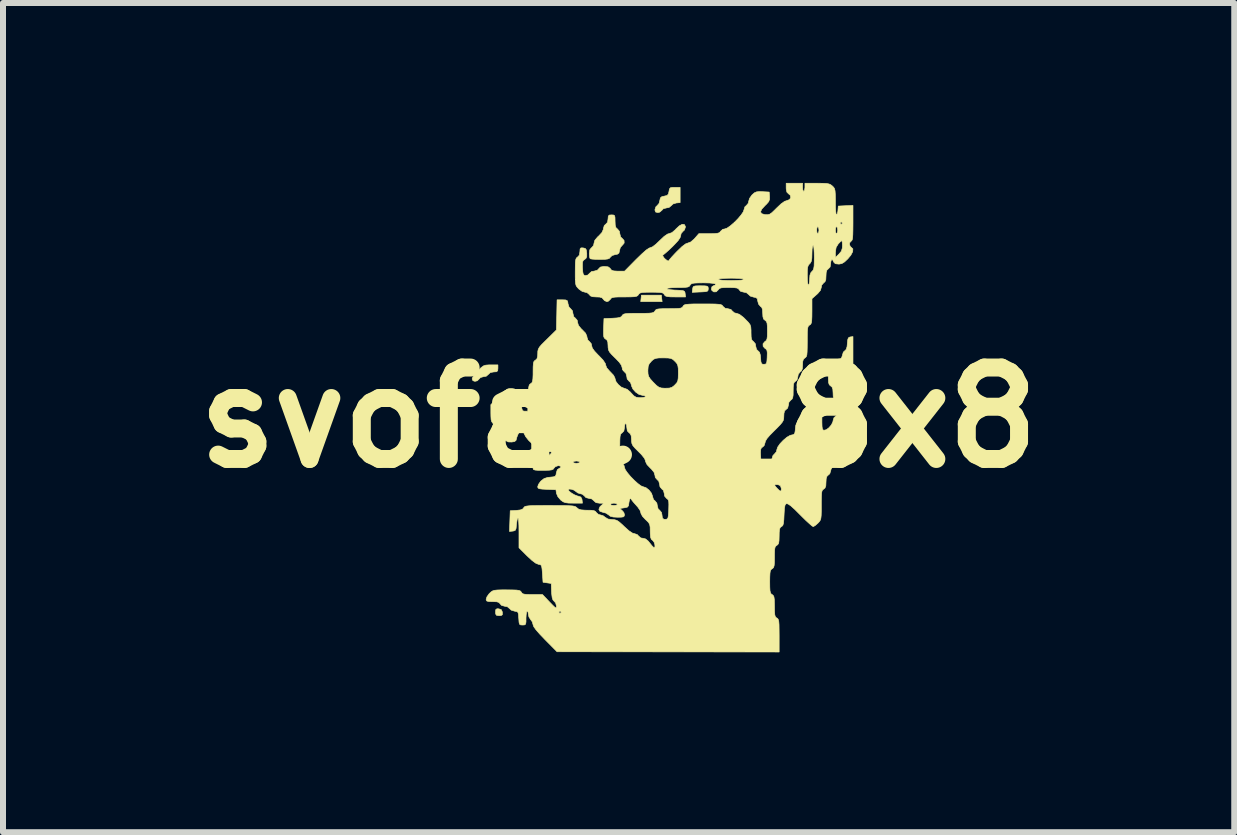
<source format=kicad_pcb>
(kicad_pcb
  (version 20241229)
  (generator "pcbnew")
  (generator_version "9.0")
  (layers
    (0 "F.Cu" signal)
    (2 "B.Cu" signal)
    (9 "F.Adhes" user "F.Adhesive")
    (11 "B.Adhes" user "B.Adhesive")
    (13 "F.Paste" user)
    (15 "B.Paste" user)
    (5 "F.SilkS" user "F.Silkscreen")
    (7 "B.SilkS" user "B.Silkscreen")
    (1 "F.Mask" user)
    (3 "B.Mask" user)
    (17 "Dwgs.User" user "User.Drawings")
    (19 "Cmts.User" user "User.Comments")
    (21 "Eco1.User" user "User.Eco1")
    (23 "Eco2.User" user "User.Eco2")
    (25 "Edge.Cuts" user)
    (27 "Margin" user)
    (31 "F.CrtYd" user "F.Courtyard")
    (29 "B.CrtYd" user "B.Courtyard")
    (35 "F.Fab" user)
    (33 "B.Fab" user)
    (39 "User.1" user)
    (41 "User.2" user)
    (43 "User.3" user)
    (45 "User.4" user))
  (footprint "svoface_8x8"
    (layer "F.Cu")
    (at 7.264 3.913)
    (property "Reference" "svoface_8x8" (at 0 0 0) (layer "F.SilkS") (effects (font (size 1.524 1.524) (thickness 0.3))))
    (attr through_hole)
    (fp_poly (pts (xy 0.719 -1.988) (xy 0.726 -1.934) (xy 0.369 -1.934) (xy 0.375 -1.988) (xy 0.381 -2.042) (xy 0.713 -2.042) (xy 0.719 -1.988)) (stroke (width 0.01) (type solid)) (fill yes) (layer "F.SilkS"))
    (fp_poly (pts (xy -1.998 3.188) (xy -1.956 3.202) (xy -1.939 3.239) (xy -1.938 3.248) (xy -1.938 3.286) (xy -1.958 3.3) (xy -1.992 3.302) (xy -2.034 3.297) (xy -2.049 3.276) (xy -2.052 3.242) (xy -2.048 3.201) (xy -2.028 3.187) (xy -1.998 3.188)) (stroke (width 0.01) (type solid)) (fill yes) (layer "F.SilkS"))
    (fp_poly (pts (xy 3.286 -0.25) (xy 3.3 -0.231) (xy 3.298 -0.2) (xy 3.28 -0.159) (xy 3.245 -0.137) (xy 3.208 -0.142) (xy 3.199 -0.149) (xy 3.188 -0.178) (xy 3.185 -0.208) (xy 3.192 -0.241) (xy 3.22 -0.253) (xy 3.245 -0.254) (xy 3.286 -0.25)) (stroke (width 0.01) (type solid)) (fill yes) (layer "F.SilkS"))
    (fp_poly (pts (xy 1.436 -2.197) (xy 1.474 -2.192) (xy 1.491 -2.18) (xy 1.495 -2.157) (xy 1.495 -2.149) (xy 1.492 -2.123) (xy 1.48 -2.108) (xy 1.448 -2.1) (xy 1.388 -2.096) (xy 1.361 -2.095) (xy 1.228 -2.089) (xy 1.234 -2.143) (xy 1.24 -2.173) (xy 1.253 -2.189) (xy 1.284 -2.196) (xy 1.341 -2.198) (xy 1.368 -2.198) (xy 1.436 -2.197)) (stroke (width 0.01) (type solid)) (fill yes) (layer "F.SilkS"))
    (fp_poly (pts (xy -2.012 -0.821) (xy -2.016 -0.781) (xy -2.036 -0.765) (xy -2.08 -0.762) (xy -2.138 -0.752) (xy -2.169 -0.723) (xy -2.207 -0.69) (xy -2.247 -0.684) (xy -2.302 -0.669) (xy -2.325 -0.645) (xy -2.356 -0.614) (xy -2.395 -0.605) (xy -2.428 -0.615) (xy -2.442 -0.646) (xy -2.429 -0.679) (xy -2.394 -0.728) (xy -2.346 -0.782) (xy -2.346 -0.782) (xy -2.293 -0.833) (xy -2.254 -0.862) (xy -2.215 -0.875) (xy -2.163 -0.879) (xy -2.131 -0.879) (xy -2.012 -0.879) (xy -2.012 -0.821)) (stroke (width 0.01) (type solid)) (fill yes) (layer "F.SilkS"))
    (fp_poly (pts (xy 1.026 -3.585) (xy 0.962 -3.579) (xy 0.907 -3.562) (xy 0.879 -3.535) (xy 0.841 -3.504) (xy 0.801 -3.497) (xy 0.746 -3.483) (xy 0.723 -3.458) (xy 0.686 -3.426) (xy 0.654 -3.419) (xy 0.617 -3.428) (xy 0.606 -3.46) (xy 0.606 -3.467) (xy 0.621 -3.514) (xy 0.644 -3.536) (xy 0.675 -3.572) (xy 0.687 -3.62) (xy 0.697 -3.663) (xy 0.721 -3.684) (xy 0.762 -3.693) (xy 0.809 -3.704) (xy 0.831 -3.73) (xy 0.84 -3.771) (xy 0.848 -3.813) (xy 0.865 -3.833) (xy 0.903 -3.839) (xy 0.938 -3.839) (xy 1.026 -3.839) (xy 1.026 -3.585)) (stroke (width 0.01) (type solid)) (fill yes) (layer "F.SilkS"))
    (fp_poly (pts (xy -0.084 -3.378) (xy -0.066 -3.366) (xy -0.06 -3.335) (xy -0.059 -3.274) (xy -0.059 -3.273) (xy -0.056 -3.207) (xy -0.045 -3.169) (xy -0.023 -3.148) (xy -0.02 -3.146) (xy 0.013 -3.107) (xy 0.02 -3.068) (xy 0.034 -3.012) (xy 0.059 -2.989) (xy 0.091 -2.954) (xy 0.093 -2.911) (xy 0.064 -2.875) (xy 0.06 -2.873) (xy 0.029 -2.836) (xy 0.016 -2.789) (xy 0.006 -2.744) (xy -0.019 -2.725) (xy -0.054 -2.719) (xy -0.109 -2.702) (xy -0.137 -2.676) (xy -0.153 -2.656) (xy -0.181 -2.645) (xy -0.229 -2.639) (xy -0.306 -2.638) (xy -0.31 -2.638) (xy -0.384 -2.639) (xy -0.442 -2.643) (xy -0.473 -2.649) (xy -0.475 -2.651) (xy -0.484 -2.677) (xy -0.488 -2.726) (xy -0.488 -2.738) (xy -0.481 -2.797) (xy -0.456 -2.829) (xy -0.449 -2.833) (xy -0.417 -2.871) (xy -0.41 -2.907) (xy -0.396 -2.957) (xy -0.35 -3.012) (xy -0.332 -3.028) (xy -0.278 -3.086) (xy -0.255 -3.137) (xy -0.254 -3.15) (xy -0.239 -3.202) (xy -0.215 -3.224) (xy -0.184 -3.257) (xy -0.176 -3.312) (xy -0.172 -3.358) (xy -0.156 -3.377) (xy -0.117 -3.38) (xy -0.084 -3.378)) (stroke (width 0.01) (type solid)) (fill yes) (layer "F.SilkS"))
    (fp_poly (pts (xy 3.068 -3.839) (xy 3.072 -3.794) (xy 3.085 -3.772) (xy 3.087 -3.771) (xy 3.1 -3.788) (xy 3.106 -3.83) (xy 3.107 -3.839) (xy 3.107 -3.908) (xy 3.311 -3.908) (xy 3.404 -3.907) (xy 3.467 -3.904) (xy 3.508 -3.896) (xy 3.537 -3.883) (xy 3.563 -3.863) (xy 3.565 -3.861) (xy 3.587 -3.839) (xy 3.601 -3.815) (xy 3.609 -3.781) (xy 3.613 -3.729) (xy 3.615 -3.649) (xy 3.615 -3.598) (xy 3.616 -3.508) (xy 3.62 -3.437) (xy 3.627 -3.393) (xy 3.633 -3.38) (xy 3.646 -3.397) (xy 3.656 -3.44) (xy 3.657 -3.453) (xy 3.663 -3.527) (xy 3.786 -3.533) (xy 3.908 -3.538) (xy 3.908 -3.246) (xy 3.907 -3.131) (xy 3.905 -3.048) (xy 3.901 -2.994) (xy 3.894 -2.962) (xy 3.883 -2.946) (xy 3.878 -2.943) (xy 3.854 -2.917) (xy 3.849 -2.892) (xy 3.862 -2.854) (xy 3.878 -2.84) (xy 3.906 -2.813) (xy 3.903 -2.767) (xy 3.872 -2.708) (xy 3.822 -2.648) (xy 3.767 -2.596) (xy 3.723 -2.569) (xy 3.679 -2.56) (xy 3.667 -2.56) (xy 3.614 -2.566) (xy 3.589 -2.59) (xy 3.585 -2.599) (xy 3.567 -2.633) (xy 3.549 -2.632) (xy 3.538 -2.598) (xy 3.536 -2.57) (xy 3.527 -2.512) (xy 3.497 -2.481) (xy 3.473 -2.459) (xy 3.461 -2.419) (xy 3.458 -2.364) (xy 3.455 -2.301) (xy 3.441 -2.265) (xy 3.419 -2.247) (xy 3.387 -2.209) (xy 3.38 -2.173) (xy 3.366 -2.123) (xy 3.32 -2.068) (xy 3.302 -2.052) (xy 3.224 -1.983) (xy 3.224 -1.774) (xy 3.223 -1.68) (xy 3.22 -1.618) (xy 3.214 -1.579) (xy 3.203 -1.557) (xy 3.186 -1.544) (xy 3.185 -1.544) (xy 3.169 -1.532) (xy 3.158 -1.513) (xy 3.151 -1.481) (xy 3.147 -1.427) (xy 3.146 -1.346) (xy 3.146 -1.27) (xy 3.145 -1.166) (xy 3.143 -1.094) (xy 3.139 -1.047) (xy 3.131 -1.02) (xy 3.118 -1.004) (xy 3.107 -0.996) (xy 3.082 -0.974) (xy 3.07 -0.935) (xy 3.068 -0.879) (xy 3.064 -0.816) (xy 3.05 -0.78) (xy 3.028 -0.762) (xy 2.996 -0.723) (xy 2.989 -0.684) (xy 2.975 -0.628) (xy 2.95 -0.606) (xy 2.929 -0.589) (xy 2.917 -0.56) (xy 2.912 -0.509) (xy 2.911 -0.449) (xy 2.91 -0.375) (xy 2.903 -0.331) (xy 2.889 -0.305) (xy 2.872 -0.293) (xy 2.839 -0.255) (xy 2.833 -0.215) (xy 2.819 -0.159) (xy 2.794 -0.137) (xy 2.768 -0.113) (xy 2.757 -0.069) (xy 2.755 -0.027) (xy 2.753 0.013) (xy 2.746 0.046) (xy 2.727 0.079) (xy 2.693 0.12) (xy 2.638 0.177) (xy 2.599 0.215) (xy 2.522 0.293) (xy 2.473 0.35) (xy 2.448 0.393) (xy 2.442 0.418) (xy 2.426 0.468) (xy 2.402 0.489) (xy 2.38 0.506) (xy 2.369 0.534) (xy 2.366 0.582) (xy 2.368 0.631) (xy 2.374 0.752) (xy 2.462 0.752) (xy 2.516 0.75) (xy 2.543 0.74) (xy 2.553 0.713) (xy 2.556 0.689) (xy 2.573 0.633) (xy 2.6 0.605) (xy 2.631 0.569) (xy 2.638 0.536) (xy 2.653 0.491) (xy 2.692 0.435) (xy 2.746 0.378) (xy 2.803 0.33) (xy 3.149 0.33) (xy 3.172 0.362) (xy 3.209 0.368) (xy 3.244 0.351) (xy 3.253 0.313) (xy 3.242 0.272) (xy 3.209 0.258) (xy 3.168 0.265) (xy 3.153 0.282) (xy 3.149 0.33) (xy 2.803 0.33) (xy 2.805 0.328) (xy 2.86 0.296) (xy 2.884 0.29) (xy 2.918 0.283) (xy 2.936 0.264) (xy 2.944 0.223) (xy 2.947 0.188) (xy 2.953 0.133) (xy 2.969 0.09) (xy 3.002 0.046) (xy 3.048 -0.002) (xy 3.102 -0.054) (xy 3.143 -0.083) (xy 3.183 -0.095) (xy 3.232 -0.098) (xy 3.293 -0.102) (xy 3.328 -0.119) (xy 3.341 -0.137) (xy 3.38 -0.169) (xy 3.419 -0.176) (xy 3.475 -0.191) (xy 3.498 -0.216) (xy 3.531 -0.247) (xy 3.571 -0.249) (xy 3.603 -0.224) (xy 3.611 -0.198) (xy 3.612 -0.141) (xy 3.606 -0.106) (xy 3.594 -0.079) (xy 3.569 -0.064) (xy 3.519 -0.057) (xy 3.492 -0.055) (xy 3.39 -0.049) (xy 3.39 0.078) (xy 3.392 0.148) (xy 3.398 0.189) (xy 3.412 0.207) (xy 3.424 0.211) (xy 3.463 0.202) (xy 3.508 0.168) (xy 3.548 0.121) (xy 3.572 0.072) (xy 3.576 0.051) (xy 3.591 0.002) (xy 3.615 -0.02) (xy 3.637 -0.039) (xy 3.649 -0.072) (xy 3.653 -0.129) (xy 3.654 -0.156) (xy 3.651 -0.225) (xy 3.642 -0.265) (xy 3.624 -0.288) (xy 3.615 -0.293) (xy 3.59 -0.315) (xy 3.578 -0.355) (xy 3.576 -0.41) (xy 3.572 -0.473) (xy 3.558 -0.51) (xy 3.536 -0.528) (xy 3.513 -0.548) (xy 3.501 -0.583) (xy 3.497 -0.644) (xy 3.497 -0.657) (xy 3.499 -0.712) (xy 3.506 -0.751) (xy 3.525 -0.786) (xy 3.561 -0.827) (xy 3.615 -0.879) (xy 3.681 -0.948) (xy 3.719 -1.001) (xy 3.732 -1.041) (xy 3.732 -1.042) (xy 3.747 -1.092) (xy 3.77 -1.113) (xy 3.795 -1.138) (xy 3.809 -1.183) (xy 3.814 -1.236) (xy 3.82 -1.297) (xy 3.831 -1.329) (xy 3.852 -1.342) (xy 3.864 -1.345) (xy 3.908 -1.351) (xy 3.908 -0.511) (xy 3.908 -0.306) (xy 3.907 -0.136) (xy 3.906 0.002) (xy 3.904 0.111) (xy 3.902 0.193) (xy 3.899 0.254) (xy 3.895 0.296) (xy 3.89 0.322) (xy 3.884 0.335) (xy 3.878 0.339) (xy 3.858 0.365) (xy 3.849 0.423) (xy 3.849 0.441) (xy 3.848 0.481) (xy 3.84 0.514) (xy 3.822 0.547) (xy 3.788 0.588) (xy 3.734 0.644) (xy 3.693 0.684) (xy 3.617 0.761) (xy 3.567 0.819) (xy 3.542 0.862) (xy 3.536 0.887) (xy 3.521 0.936) (xy 3.497 0.957) (xy 3.473 0.98) (xy 3.461 1.019) (xy 3.458 1.075) (xy 3.455 1.138) (xy 3.441 1.174) (xy 3.419 1.192) (xy 3.403 1.204) (xy 3.392 1.223) (xy 3.385 1.256) (xy 3.382 1.311) (xy 3.38 1.393) (xy 3.38 1.458) (xy 3.38 1.559) (xy 3.378 1.63) (xy 3.373 1.677) (xy 3.364 1.708) (xy 3.349 1.732) (xy 3.327 1.756) (xy 3.323 1.76) (xy 3.282 1.796) (xy 3.25 1.816) (xy 3.244 1.817) (xy 3.222 1.804) (xy 3.18 1.767) (xy 3.121 1.713) (xy 3.052 1.645) (xy 3.027 1.62) (xy 2.938 1.531) (xy 2.871 1.471) (xy 2.824 1.439) (xy 2.793 1.435) (xy 2.775 1.46) (xy 2.765 1.514) (xy 2.76 1.596) (xy 2.759 1.617) (xy 2.755 1.704) (xy 2.749 1.76) (xy 2.74 1.793) (xy 2.724 1.812) (xy 2.715 1.817) (xy 2.694 1.834) (xy 2.683 1.864) (xy 2.678 1.916) (xy 2.677 1.973) (xy 2.675 2.047) (xy 2.669 2.092) (xy 2.655 2.117) (xy 2.638 2.13) (xy 2.619 2.144) (xy 2.607 2.168) (xy 2.601 2.21) (xy 2.599 2.278) (xy 2.599 2.325) (xy 2.598 2.41) (xy 2.594 2.464) (xy 2.585 2.496) (xy 2.57 2.514) (xy 2.56 2.52) (xy 2.542 2.534) (xy 2.53 2.556) (xy 2.524 2.595) (xy 2.521 2.658) (xy 2.52 2.735) (xy 2.521 2.825) (xy 2.524 2.884) (xy 2.532 2.919) (xy 2.544 2.94) (xy 2.56 2.95) (xy 2.578 2.965) (xy 2.59 2.988) (xy 2.596 3.03) (xy 2.598 3.099) (xy 2.599 3.146) (xy 2.6 3.23) (xy 2.604 3.285) (xy 2.612 3.316) (xy 2.627 3.335) (xy 2.638 3.341) (xy 2.653 3.352) (xy 2.664 3.37) (xy 2.671 3.401) (xy 2.675 3.452) (xy 2.676 3.53) (xy 2.677 3.635) (xy 2.677 3.908) (xy 0.826 3.906) (xy -1.026 3.904) (xy -1.226 3.702) (xy -1.315 3.609) (xy -1.377 3.538) (xy -1.413 3.488) (xy -1.426 3.455) (xy -1.426 3.452) (xy -1.44 3.404) (xy -1.465 3.37) (xy -1.495 3.324) (xy -1.504 3.279) (xy -1.51 3.243) (xy -0.996 3.243) (xy -0.982 3.262) (xy -0.977 3.263) (xy -0.958 3.248) (xy -0.957 3.243) (xy -0.972 3.224) (xy -0.977 3.224) (xy -0.996 3.239) (xy -0.996 3.243) (xy -1.51 3.243) (xy -1.51 3.24) (xy -1.524 3.224) (xy -1.534 3.242) (xy -1.541 3.288) (xy -1.544 3.341) (xy -1.544 3.406) (xy -1.55 3.441) (xy -1.564 3.455) (xy -1.592 3.458) (xy -1.601 3.458) (xy -1.634 3.456) (xy -1.652 3.444) (xy -1.66 3.412) (xy -1.664 3.352) (xy -1.665 3.346) (xy -1.669 3.283) (xy -1.677 3.249) (xy -1.695 3.234) (xy -1.729 3.228) (xy -1.734 3.227) (xy -1.79 3.21) (xy -1.818 3.184) (xy -1.856 3.152) (xy -1.895 3.146) (xy -1.951 3.131) (xy -1.973 3.107) (xy -1.994 3.083) (xy -2.029 3.071) (xy -2.092 3.068) (xy -2.101 3.068) (xy -2.163 3.066) (xy -2.195 3.059) (xy -2.207 3.042) (xy -2.208 3.027) (xy -2.195 2.988) (xy -2.162 2.941) (xy -2.151 2.929) (xy -2.125 2.905) (xy -2.1 2.889) (xy -2.068 2.879) (xy -2.021 2.874) (xy -1.95 2.872) (xy -1.868 2.872) (xy -1.77 2.873) (xy -1.704 2.875) (xy -1.663 2.881) (xy -1.639 2.89) (xy -1.625 2.905) (xy -1.622 2.911) (xy -1.607 2.931) (xy -1.582 2.942) (xy -1.539 2.948) (xy -1.468 2.95) (xy -1.435 2.95) (xy -1.269 2.95) (xy -1.153 3.072) (xy -1.097 3.13) (xy -1.063 3.162) (xy -1.045 3.172) (xy -1.038 3.162) (xy -1.036 3.142) (xy -1.05 3.089) (xy -1.074 3.063) (xy -1.095 3.039) (xy -1.108 3) (xy -1.116 2.935) (xy -1.118 2.9) (xy -1.123 2.765) (xy -1.192 2.755) (xy -1.26 2.745) (xy -1.27 2.599) (xy -1.276 2.524) (xy -1.283 2.48) (xy -1.295 2.458) (xy -1.315 2.449) (xy -1.336 2.446) (xy -1.382 2.427) (xy -1.445 2.38) (xy -1.526 2.305) (xy -1.661 2.17) (xy -1.661 1.912) (xy -1.662 1.803) (xy -1.666 1.725) (xy -1.672 1.68) (xy -1.679 1.672) (xy -1.691 1.701) (xy -1.7 1.754) (xy -1.704 1.788) (xy -1.709 1.846) (xy -1.72 1.876) (xy -1.743 1.888) (xy -1.764 1.892) (xy -1.819 1.898) (xy -1.813 1.726) (xy -1.807 1.553) (xy -1.705 1.547) (xy -1.637 1.539) (xy -1.598 1.523) (xy -1.582 1.503) (xy -1.573 1.491) (xy -1.559 1.481) (xy -1.533 1.475) (xy -1.492 1.47) (xy -1.43 1.467) (xy -1.341 1.466) (xy -1.221 1.465) (xy -1.145 1.465) (xy -1.007 1.466) (xy -0.902 1.466) (xy -0.826 1.469) (xy -0.773 1.472) (xy -0.738 1.478) (xy -0.716 1.486) (xy -0.7 1.498) (xy -0.694 1.504) (xy -0.666 1.526) (xy -0.626 1.538) (xy -0.563 1.543) (xy -0.525 1.544) (xy -0.452 1.545) (xy -0.408 1.552) (xy -0.383 1.566) (xy -0.371 1.583) (xy -0.336 1.614) (xy -0.305 1.622) (xy -0.258 1.636) (xy -0.225 1.661) (xy -0.176 1.691) (xy -0.107 1.7) (xy -0.064 1.703) (xy -0.028 1.714) (xy 0.012 1.741) (xy 0.065 1.788) (xy 0.095 1.817) (xy 0.173 1.887) (xy 0.232 1.926) (xy 0.263 1.934) (xy 0.311 1.95) (xy 0.332 1.973) (xy 0.37 2.006) (xy 0.407 2.012) (xy 0.451 2.023) (xy 0.494 2.059) (xy 0.519 2.09) (xy 0.555 2.135) (xy 0.583 2.163) (xy 0.591 2.168) (xy 0.606 2.154) (xy 0.605 2.12) (xy 0.593 2.08) (xy 0.571 2.05) (xy 0.567 2.047) (xy 0.545 2.027) (xy 0.533 1.994) (xy 0.528 1.937) (xy 0.527 1.895) (xy 0.526 1.826) (xy 0.518 1.781) (xy 0.499 1.748) (xy 0.463 1.712) (xy 0.449 1.7) (xy 0.398 1.645) (xy 0.373 1.598) (xy 0.371 1.587) (xy 0.358 1.547) (xy 0.322 1.494) (xy 0.293 1.461) (xy 0.251 1.414) (xy 0.222 1.378) (xy 0.215 1.364) (xy 0.2 1.348) (xy 0.197 1.348) (xy 0.183 1.365) (xy 0.174 1.408) (xy 0.172 1.421) (xy 0.165 1.469) (xy 0.147 1.492) (xy 0.105 1.502) (xy 0.088 1.505) (xy 0.039 1.512) (xy 0.025 1.52) (xy 0.04 1.534) (xy 0.054 1.544) (xy 0.087 1.581) (xy 0.098 1.617) (xy 0.094 1.641) (xy 0.078 1.655) (xy 0.041 1.66) (xy -0.017 1.661) (xy -0.09 1.657) (xy -0.137 1.645) (xy -0.165 1.623) (xy -0.209 1.593) (xy -0.261 1.579) (xy -0.312 1.562) (xy -0.329 1.529) (xy -0.311 1.487) (xy -0.29 1.466) (xy -0.266 1.446) (xy -0.137 1.446) (xy -0.12 1.46) (xy -0.079 1.465) (xy -0.078 1.465) (xy -0.037 1.46) (xy -0.02 1.446) (xy -0.02 1.446) (xy -0.037 1.432) (xy -0.077 1.426) (xy -0.078 1.426) (xy -0.119 1.432) (xy -0.137 1.446) (xy -0.137 1.446) (xy -0.266 1.446) (xy -0.244 1.428) (xy -0.317 1.427) (xy -0.376 1.418) (xy -0.409 1.39) (xy -0.41 1.387) (xy -0.449 1.355) (xy -0.488 1.348) (xy -0.544 1.334) (xy -0.567 1.309) (xy -0.602 1.278) (xy -0.633 1.27) (xy -0.68 1.256) (xy -0.713 1.231) (xy -0.746 1.208) (xy -0.788 1.194) (xy -0.824 1.191) (xy -0.84 1.203) (xy -0.84 1.204) (xy -0.824 1.228) (xy -0.784 1.259) (xy -0.734 1.288) (xy -0.685 1.307) (xy -0.675 1.309) (xy -0.63 1.324) (xy -0.612 1.357) (xy -0.609 1.373) (xy -0.603 1.426) (xy -0.753 1.426) (xy -0.833 1.425) (xy -0.886 1.418) (xy -0.924 1.404) (xy -0.96 1.378) (xy -0.964 1.375) (xy -1.012 1.319) (xy -1.036 1.263) (xy -1.045 1.202) (xy -1.197 1.196) (xy -1.273 1.192) (xy -1.319 1.186) (xy -1.341 1.176) (xy -1.348 1.159) (xy -1.348 1.15) (xy -1.335 1.112) (xy -1.302 1.065) (xy -1.292 1.055) (xy -1.242 1.016) (xy -1.182 0.997) (xy -1.141 0.993) (xy -1.084 0.987) (xy -1.055 0.976) (xy -1.043 0.952) (xy -1.039 0.924) (xy -1.022 0.869) (xy -0.995 0.85) (xy -0.962 0.83) (xy -0.964 0.811) (xy -1.001 0.801) (xy -1.006 0.801) (xy -1.054 0.817) (xy -1.075 0.84) (xy -1.089 0.859) (xy -1.114 0.871) (xy -1.158 0.877) (xy -1.229 0.879) (xy -1.261 0.879) (xy -1.341 0.879) (xy -1.39 0.875) (xy -1.416 0.867) (xy -1.425 0.853) (xy -1.426 0.839) (xy -1.411 0.793) (xy -1.371 0.745) (xy -1.369 0.742) (xy -0.762 0.742) (xy -0.745 0.756) (xy -0.704 0.762) (xy -0.703 0.762) (xy -0.662 0.756) (xy -0.645 0.743) (xy -0.645 0.742) (xy -0.662 0.729) (xy -0.703 0.723) (xy -0.703 0.723) (xy -0.745 0.729) (xy -0.762 0.742) (xy -0.762 0.742) (xy -1.369 0.742) (xy -1.322 0.704) (xy -1.273 0.684) (xy -1.267 0.683) (xy -1.23 0.672) (xy -1.183 0.646) (xy -1.141 0.614) (xy -1.116 0.585) (xy -1.114 0.577) (xy -1.131 0.57) (xy -1.173 0.567) (xy -1.181 0.567) (xy -1.239 0.557) (xy -1.27 0.528) (xy -1.292 0.508) (xy 0.02 0.508) (xy 0.02 0.608) (xy 0.022 0.675) (xy 0.028 0.718) (xy 0.037 0.743) (xy 0.051 0.757) (xy 0.059 0.762) (xy 0.091 0.799) (xy 0.098 0.832) (xy 0.112 0.869) (xy 0.149 0.922) (xy 0.201 0.984) (xy 0.261 1.045) (xy 0.321 1.099) (xy 0.373 1.138) (xy 0.41 1.153) (xy 0.411 1.153) (xy 0.458 1.169) (xy 0.508 1.209) (xy 0.548 1.26) (xy 0.566 1.311) (xy 0.567 1.317) (xy 0.582 1.366) (xy 0.606 1.387) (xy 0.638 1.426) (xy 0.645 1.465) (xy 0.659 1.521) (xy 0.684 1.544) (xy 0.716 1.582) (xy 0.723 1.619) (xy 0.73 1.673) (xy 0.754 1.695) (xy 0.791 1.696) (xy 0.81 1.689) (xy 0.823 1.671) (xy 0.83 1.633) (xy 0.835 1.568) (xy 0.836 1.53) (xy 0.838 1.45) (xy 0.836 1.4) (xy 0.827 1.371) (xy 0.811 1.354) (xy 0.802 1.349) (xy 0.768 1.31) (xy 0.762 1.27) (xy 0.748 1.214) (xy 0.723 1.192) (xy 0.69 1.153) (xy 0.686 1.127) (xy 2.602 1.127) (xy 2.623 1.157) (xy 2.643 1.179) (xy 2.684 1.219) (xy 2.707 1.225) (xy 2.714 1.197) (xy 2.712 1.177) (xy 2.698 1.135) (xy 2.661 1.119) (xy 2.652 1.117) (xy 2.612 1.116) (xy 2.602 1.127) (xy 0.686 1.127) (xy 0.684 1.114) (xy 0.669 1.058) (xy 0.645 1.036) (xy 0.612 0.998) (xy 0.606 0.962) (xy 0.591 0.912) (xy 0.546 0.857) (xy 0.528 0.84) (xy 0.474 0.783) (xy 0.45 0.734) (xy 0.45 0.726) (xy 0.433 0.681) (xy 0.382 0.617) (xy 0.332 0.567) (xy 0.274 0.509) (xy 0.239 0.468) (xy 0.222 0.433) (xy 0.216 0.394) (xy 0.215 0.364) (xy 0.21 0.303) (xy 0.194 0.268) (xy 0.176 0.254) (xy 0.145 0.221) (xy 0.137 0.165) (xy 0.132 0.12) (xy 0.12 0.098) (xy 0.117 0.098) (xy 0.104 0.115) (xy 0.098 0.157) (xy 0.098 0.165) (xy 0.088 0.223) (xy 0.059 0.254) (xy 0.042 0.266) (xy 0.031 0.286) (xy 0.024 0.32) (xy 0.021 0.377) (xy 0.02 0.462) (xy 0.02 0.508) (xy -1.292 0.508) (xy -1.307 0.495) (xy -1.34 0.488) (xy -1.388 0.473) (xy -1.445 0.432) (xy -1.502 0.377) (xy -1.55 0.316) (xy -1.578 0.26) (xy -1.583 0.235) (xy -1.586 0.194) (xy -1.594 0.176) (xy -1.594 0.176) (xy -1.619 0.192) (xy -1.65 0.232) (xy -1.679 0.282) (xy -1.698 0.331) (xy -1.7 0.341) (xy -1.711 0.381) (xy -1.737 0.4) (xy -1.783 0.407) (xy -1.84 0.405) (xy -1.884 0.382) (xy -1.915 0.354) (xy -1.952 0.307) (xy -1.972 0.261) (xy -1.974 0.251) (xy -1.99 0.205) (xy -2.037 0.15) (xy -2.052 0.137) (xy -2.092 0.1) (xy -2.115 0.069) (xy -2.126 0.032) (xy -2.129 -0.023) (xy -2.13 -0.074) (xy -2.13 -0.216) (xy -1.992 -0.354) (xy -1.928 -0.417) (xy -1.883 -0.456) (xy -1.848 -0.478) (xy -1.817 -0.485) (xy -1.782 -0.485) (xy -1.734 -0.477) (xy -1.712 -0.458) (xy -1.704 -0.416) (xy -1.703 -0.415) (xy -1.687 -0.361) (xy -1.661 -0.332) (xy -1.636 -0.307) (xy -1.622 -0.258) (xy -1.618 -0.21) (xy -1.613 -0.15) (xy -1.603 -0.12) (xy -1.584 -0.109) (xy -1.563 -0.107) (xy -1.514 -0.107) (xy -1.509 -0.327) (xy -1.506 -0.424) (xy -1.501 -0.489) (xy -1.494 -0.529) (xy -1.483 -0.553) (xy -1.466 -0.566) (xy -1.465 -0.567) (xy -1.446 -0.581) (xy -1.435 -0.606) (xy -1.429 -0.648) (xy -1.426 -0.718) (xy -1.426 -0.762) (xy -1.425 -0.847) (xy -1.421 -0.901) (xy -1.413 -0.933) (xy -1.398 -0.951) (xy -1.387 -0.957) (xy -1.361 -0.982) (xy -1.35 -1.025) (xy -1.348 -1.067) (xy -1.347 -1.107) (xy -1.339 -1.14) (xy -1.321 -1.174) (xy -1.286 -1.215) (xy -1.23 -1.271) (xy -1.192 -1.308) (xy -1.037 -1.461) (xy -1.031 -1.712) (xy -1.026 -1.964) (xy -0.938 -1.964) (xy -0.884 -1.962) (xy -0.857 -1.951) (xy -0.847 -1.924) (xy -0.844 -1.9) (xy -0.827 -1.844) (xy -0.8 -1.816) (xy -0.768 -1.779) (xy -0.762 -1.739) (xy -0.748 -1.683) (xy -0.723 -1.661) (xy -0.69 -1.623) (xy -0.684 -1.587) (xy -0.669 -1.537) (xy -0.624 -1.482) (xy -0.606 -1.465) (xy -0.551 -1.408) (xy -0.529 -1.357) (xy -0.528 -1.344) (xy -0.512 -1.292) (xy -0.488 -1.27) (xy -0.456 -1.233) (xy -0.449 -1.199) (xy -0.438 -1.159) (xy -0.401 -1.108) (xy -0.336 -1.039) (xy -0.332 -1.036) (xy -0.26 -0.96) (xy -0.222 -0.903) (xy -0.215 -0.876) (xy -0.198 -0.83) (xy -0.149 -0.774) (xy -0.137 -0.762) (xy -0.084 -0.706) (xy -0.06 -0.658) (xy -0.059 -0.648) (xy -0.043 -0.6) (xy -0.004 -0.55) (xy 0.046 -0.508) (xy 0.094 -0.489) (xy 0.099 -0.488) (xy 0.142 -0.472) (xy 0.194 -0.428) (xy 0.21 -0.41) (xy 0.254 -0.363) (xy 0.292 -0.34) (xy 0.34 -0.333) (xy 0.363 -0.332) (xy 0.415 -0.336) (xy 0.446 -0.346) (xy 0.449 -0.352) (xy 0.433 -0.366) (xy 0.396 -0.372) (xy 0.34 -0.387) (xy 0.284 -0.426) (xy 0.239 -0.476) (xy 0.216 -0.527) (xy 0.215 -0.536) (xy 0.199 -0.585) (xy 0.176 -0.606) (xy 0.143 -0.644) (xy 0.137 -0.684) (xy 0.122 -0.739) (xy 0.098 -0.762) (xy 0.08 -0.782) (xy 0.488 -0.782) (xy 0.491 -0.726) (xy 0.502 -0.685) (xy 0.528 -0.645) (xy 0.575 -0.593) (xy 0.581 -0.587) (xy 0.633 -0.535) (xy 0.672 -0.507) (xy 0.712 -0.494) (xy 0.765 -0.49) (xy 0.778 -0.49) (xy 0.845 -0.492) (xy 0.889 -0.505) (xy 0.929 -0.535) (xy 0.939 -0.546) (xy 0.97 -0.579) (xy 0.987 -0.613) (xy 0.994 -0.658) (xy 0.996 -0.728) (xy 0.996 -0.742) (xy 0.995 -0.818) (xy 0.988 -0.866) (xy 0.973 -0.901) (xy 0.945 -0.934) (xy 0.939 -0.939) (xy 0.906 -0.97) (xy 0.872 -0.987) (xy 0.827 -0.994) (xy 0.757 -0.996) (xy 0.742 -0.996) (xy 0.667 -0.995) (xy 0.619 -0.988) (xy 0.584 -0.973) (xy 0.551 -0.945) (xy 0.546 -0.939) (xy 0.51 -0.897) (xy 0.493 -0.852) (xy 0.488 -0.787) (xy 0.488 -0.782) (xy 0.08 -0.782) (xy 0.065 -0.799) (xy 0.059 -0.833) (xy 0.047 -0.873) (xy 0.011 -0.924) (xy -0.055 -0.993) (xy -0.059 -0.996) (xy -0.117 -1.054) (xy -0.152 -1.095) (xy -0.169 -1.13) (xy -0.175 -1.169) (xy -0.176 -1.199) (xy -0.18 -1.26) (xy -0.196 -1.295) (xy -0.216 -1.309) (xy -0.235 -1.324) (xy -0.247 -1.347) (xy -0.251 -1.387) (xy -0.251 -1.454) (xy -0.25 -1.491) (xy -0.244 -1.651) (xy -0.103 -1.657) (xy -0.026 -1.662) (xy 0.021 -1.67) (xy 0.048 -1.685) (xy 0.059 -1.701) (xy 0.071 -1.716) (xy 0.09 -1.727) (xy 0.124 -1.734) (xy 0.178 -1.737) (xy 0.261 -1.739) (xy 0.332 -1.739) (xy 0.436 -1.739) (xy 0.508 -1.741) (xy 0.555 -1.746) (xy 0.582 -1.754) (xy 0.598 -1.766) (xy 0.606 -1.778) (xy 0.618 -1.795) (xy 0.639 -1.807) (xy 0.676 -1.813) (xy 0.735 -1.816) (xy 0.825 -1.817) (xy 0.84 -1.817) (xy 0.935 -1.818) (xy 0.998 -1.82) (xy 1.037 -1.826) (xy 1.06 -1.837) (xy 1.073 -1.853) (xy 1.075 -1.856) (xy 1.085 -1.871) (xy 1.101 -1.881) (xy 1.13 -1.888) (xy 1.177 -1.892) (xy 1.249 -1.895) (xy 1.351 -1.895) (xy 1.407 -1.895) (xy 1.524 -1.895) (xy 1.608 -1.894) (xy 1.665 -1.89) (xy 1.701 -1.885) (xy 1.723 -1.876) (xy 1.735 -1.863) (xy 1.739 -1.856) (xy 1.777 -1.823) (xy 1.817 -1.817) (xy 1.873 -1.803) (xy 1.895 -1.778) (xy 1.932 -1.746) (xy 1.965 -1.739) (xy 2.015 -1.722) (xy 2.083 -1.67) (xy 2.111 -1.642) (xy 2.162 -1.59) (xy 2.191 -1.552) (xy 2.204 -1.512) (xy 2.208 -1.459) (xy 2.208 -1.418) (xy 2.21 -1.346) (xy 2.217 -1.304) (xy 2.233 -1.28) (xy 2.247 -1.27) (xy 2.28 -1.231) (xy 2.286 -1.192) (xy 2.3 -1.137) (xy 2.324 -1.114) (xy 2.349 -1.09) (xy 2.363 -1.044) (xy 2.368 -0.991) (xy 2.373 -0.932) (xy 2.383 -0.901) (xy 2.402 -0.89) (xy 2.423 -0.889) (xy 2.45 -0.892) (xy 2.465 -0.906) (xy 2.473 -0.94) (xy 2.477 -1.004) (xy 2.477 -1.01) (xy 2.479 -1.079) (xy 2.474 -1.119) (xy 2.459 -1.142) (xy 2.443 -1.152) (xy 2.41 -1.188) (xy 2.408 -1.231) (xy 2.438 -1.267) (xy 2.442 -1.27) (xy 2.462 -1.285) (xy 2.474 -1.311) (xy 2.48 -1.357) (xy 2.481 -1.431) (xy 2.481 -1.446) (xy 2.48 -1.525) (xy 2.475 -1.575) (xy 2.464 -1.603) (xy 2.446 -1.62) (xy 2.442 -1.622) (xy 2.417 -1.644) (xy 2.406 -1.684) (xy 2.403 -1.739) (xy 2.399 -1.803) (xy 2.386 -1.839) (xy 2.365 -1.855) (xy 2.334 -1.892) (xy 2.321 -1.939) (xy 2.312 -1.984) (xy 2.286 -2.003) (xy 2.252 -2.009) (xy 2.196 -2.026) (xy 2.168 -2.053) (xy 2.13 -2.084) (xy 2.091 -2.091) (xy 2.035 -2.105) (xy 2.012 -2.13) (xy 1.997 -2.15) (xy 1.971 -2.161) (xy 1.925 -2.167) (xy 1.851 -2.169) (xy 1.837 -2.169) (xy 1.757 -2.168) (xy 1.708 -2.163) (xy 1.68 -2.152) (xy 1.663 -2.134) (xy 1.66 -2.129) (xy 1.628 -2.098) (xy 1.588 -2.096) (xy 1.556 -2.119) (xy 1.547 -2.143) (xy 1.556 -2.182) (xy 1.581 -2.198) (xy 1.619 -2.214) (xy 1.619 -2.228) (xy 1.583 -2.238) (xy 1.513 -2.245) (xy 1.417 -2.247) (xy 1.325 -2.246) (xy 1.264 -2.243) (xy 1.226 -2.237) (xy 1.205 -2.225) (xy 1.192 -2.208) (xy 1.178 -2.189) (xy 1.155 -2.178) (xy 1.115 -2.172) (xy 1.049 -2.169) (xy 0.986 -2.169) (xy 0.893 -2.166) (xy 0.832 -2.16) (xy 0.805 -2.151) (xy 0.813 -2.141) (xy 0.857 -2.133) (xy 0.939 -2.126) (xy 0.953 -2.126) (xy 1.029 -2.122) (xy 1.074 -2.117) (xy 1.097 -2.106) (xy 1.107 -2.087) (xy 1.11 -2.066) (xy 1.116 -2.012) (xy 0.95 -2.012) (xy 0.867 -2.013) (xy 0.815 -2.018) (xy 0.784 -2.027) (xy 0.767 -2.043) (xy 0.762 -2.052) (xy 0.749 -2.07) (xy 0.726 -2.081) (xy 0.688 -2.087) (xy 0.624 -2.09) (xy 0.547 -2.091) (xy 0.457 -2.09) (xy 0.398 -2.087) (xy 0.363 -2.079) (xy 0.343 -2.067) (xy 0.332 -2.052) (xy 0.319 -2.034) (xy 0.299 -2.023) (xy 0.262 -2.016) (xy 0.203 -2.013) (xy 0.112 -2.012) (xy 0.098 -2.012) (xy 0.003 -2.012) (xy -0.06 -2.009) (xy -0.099 -2.003) (xy -0.122 -1.993) (xy -0.135 -1.976) (xy -0.137 -1.973) (xy -0.169 -1.942) (xy -0.195 -1.934) (xy -0.234 -1.95) (xy -0.254 -1.973) (xy -0.276 -1.998) (xy -0.316 -2.01) (xy -0.371 -2.012) (xy -0.434 -2.016) (xy -0.471 -2.03) (xy -0.488 -2.052) (xy -0.526 -2.084) (xy -0.559 -2.091) (xy -0.608 -2.105) (xy -0.661 -2.143) (xy -0.666 -2.148) (xy -0.69 -2.174) (xy -0.707 -2.198) (xy -0.716 -2.23) (xy -0.721 -2.277) (xy -0.722 -2.306) (xy 1.661 -2.306) (xy 1.679 -2.297) (xy 1.732 -2.29) (xy 1.814 -2.287) (xy 1.876 -2.286) (xy 1.973 -2.288) (xy 2.044 -2.292) (xy 2.084 -2.3) (xy 2.091 -2.306) (xy 2.072 -2.314) (xy 2.019 -2.321) (xy 1.937 -2.324) (xy 1.876 -2.325) (xy 1.779 -2.323) (xy 1.708 -2.319) (xy 1.668 -2.311) (xy 1.661 -2.306) (xy -0.722 -2.306) (xy -0.723 -2.349) (xy -0.723 -2.43) (xy -0.722 -2.528) (xy -0.72 -2.594) (xy -0.714 -2.635) (xy -0.705 -2.659) (xy -0.69 -2.673) (xy -0.684 -2.677) (xy -0.654 -2.709) (xy -0.645 -2.767) (xy -0.642 -2.812) (xy -0.627 -2.83) (xy -0.592 -2.83) (xy -0.591 -2.829) (xy -0.556 -2.821) (xy -0.539 -2.798) (xy -0.532 -2.75) (xy -0.531 -2.742) (xy -0.531 -2.685) (xy -0.545 -2.653) (xy -0.566 -2.638) (xy -0.589 -2.621) (xy -0.601 -2.594) (xy -0.603 -2.546) (xy -0.602 -2.495) (xy -0.597 -2.428) (xy -0.589 -2.39) (xy -0.573 -2.373) (xy -0.553 -2.368) (xy -0.546 -2.37) (xy 3.146 -2.37) (xy 3.148 -2.29) (xy 3.154 -2.234) (xy 3.163 -2.209) (xy 3.165 -2.208) (xy 3.176 -2.225) (xy 3.183 -2.27) (xy 3.185 -2.306) (xy 3.19 -2.375) (xy 3.207 -2.419) (xy 3.224 -2.437) (xy 3.242 -2.457) (xy 3.253 -2.484) (xy 3.26 -2.528) (xy 3.262 -2.596) (xy 3.263 -2.669) (xy 3.615 -2.669) (xy 3.673 -2.726) (xy 3.714 -2.774) (xy 3.73 -2.827) (xy 3.732 -2.866) (xy 3.73 -2.917) (xy 3.724 -2.947) (xy 3.721 -2.95) (xy 3.702 -2.937) (xy 3.67 -2.904) (xy 3.663 -2.897) (xy 3.627 -2.838) (xy 3.615 -2.764) (xy 3.615 -2.756) (xy 3.615 -2.669) (xy 3.263 -2.669) (xy 3.263 -2.671) (xy 3.261 -2.764) (xy 3.256 -2.831) (xy 3.248 -2.867) (xy 3.243 -2.872) (xy 3.233 -2.854) (xy 3.226 -2.806) (xy 3.224 -2.735) (xy 3.224 -2.735) (xy 3.222 -2.658) (xy 3.214 -2.609) (xy 3.198 -2.578) (xy 3.185 -2.565) (xy 3.165 -2.542) (xy 3.153 -2.51) (xy 3.147 -2.458) (xy 3.146 -2.378) (xy 3.146 -2.37) (xy -0.546 -2.37) (xy -0.508 -2.379) (xy -0.489 -2.402) (xy -0.45 -2.436) (xy -0.41 -2.442) (xy -0.355 -2.457) (xy -0.332 -2.481) (xy -0.304 -2.51) (xy -0.252 -2.52) (xy -0.234 -2.52) (xy -0.175 -2.514) (xy -0.142 -2.49) (xy -0.137 -2.481) (xy -0.117 -2.458) (xy -0.081 -2.446) (xy -0.02 -2.442) (xy -0.008 -2.442) (xy 0.1 -2.442) (xy 0.293 -2.638) (xy 0.388 -2.73) (xy 0.46 -2.794) (xy 0.51 -2.827) (xy 0.528 -2.833) (xy 0.566 -2.848) (xy 0.622 -2.891) (xy 0.684 -2.95) (xy 0.76 -3.022) (xy 0.817 -3.061) (xy 0.843 -3.068) (xy 0.89 -3.085) (xy 0.946 -3.133) (xy 0.957 -3.146) (xy 1.013 -3.198) (xy 1.06 -3.223) (xy 1.096 -3.22) (xy 1.113 -3.189) (xy 1.114 -3.176) (xy 1.098 -3.128) (xy 1.075 -3.107) (xy 1.042 -3.069) (xy 1.036 -3.036) (xy 1.025 -3) (xy 0.992 -2.951) (xy 0.932 -2.886) (xy 0.899 -2.852) (xy 0.838 -2.794) (xy 0.786 -2.748) (xy 0.75 -2.718) (xy 0.739 -2.712) (xy 0.737 -2.695) (xy 0.76 -2.661) (xy 0.773 -2.648) (xy 0.81 -2.618) (xy 0.833 -2.611) (xy 0.836 -2.615) (xy 0.852 -2.638) (xy 0.889 -2.681) (xy 0.942 -2.738) (xy 0.977 -2.774) (xy 1.058 -2.852) (xy 1.118 -2.897) (xy 1.156 -2.911) (xy 1.202 -2.928) (xy 1.257 -2.975) (xy 1.27 -2.989) (xy 1.338 -3.067) (xy 1.509 -3.067) (xy 1.592 -3.068) (xy 1.645 -3.073) (xy 1.677 -3.082) (xy 1.694 -3.097) (xy 1.7 -3.107) (xy 1.722 -3.126) (xy 3.302 -3.126) (xy 3.308 -3.085) (xy 3.321 -3.068) (xy 3.322 -3.068) (xy 3.335 -3.085) (xy 3.341 -3.125) (xy 3.341 -3.126) (xy 3.615 -3.126) (xy 3.62 -3.085) (xy 3.634 -3.068) (xy 3.634 -3.068) (xy 3.648 -3.085) (xy 3.654 -3.125) (xy 3.654 -3.126) (xy 3.648 -3.167) (xy 3.634 -3.185) (xy 3.634 -3.185) (xy 3.62 -3.168) (xy 3.615 -3.127) (xy 3.615 -3.126) (xy 3.341 -3.126) (xy 3.335 -3.167) (xy 3.322 -3.185) (xy 3.322 -3.185) (xy 3.308 -3.168) (xy 3.302 -3.127) (xy 3.302 -3.126) (xy 1.722 -3.126) (xy 1.737 -3.139) (xy 1.77 -3.146) (xy 1.809 -3.16) (xy 1.864 -3.198) (xy 1.916 -3.243) (xy 3.693 -3.243) (xy 3.708 -3.224) (xy 3.712 -3.224) (xy 3.731 -3.239) (xy 3.732 -3.243) (xy 3.717 -3.262) (xy 3.712 -3.263) (xy 3.693 -3.248) (xy 3.693 -3.243) (xy 1.916 -3.243) (xy 1.927 -3.252) (xy 1.988 -3.314) (xy 2.041 -3.376) (xy 2.078 -3.43) (xy 2.091 -3.467) (xy 2.106 -3.515) (xy 2.13 -3.536) (xy 2.162 -3.574) (xy 2.169 -3.607) (xy 2.184 -3.656) (xy 2.222 -3.71) (xy 2.227 -3.715) (xy 2.264 -3.748) (xy 2.3 -3.764) (xy 2.349 -3.769) (xy 2.398 -3.767) (xy 2.511 -3.761) (xy 2.517 -3.686) (xy 2.517 -3.639) (xy 2.503 -3.602) (xy 2.469 -3.562) (xy 2.442 -3.536) (xy 2.387 -3.476) (xy 2.367 -3.431) (xy 2.384 -3.401) (xy 2.437 -3.385) (xy 2.448 -3.384) (xy 2.487 -3.383) (xy 2.52 -3.392) (xy 2.556 -3.417) (xy 2.603 -3.462) (xy 2.635 -3.494) (xy 2.71 -3.565) (xy 2.768 -3.606) (xy 2.805 -3.618) (xy 2.851 -3.636) (xy 2.871 -3.671) (xy 2.861 -3.709) (xy 2.834 -3.731) (xy 2.806 -3.759) (xy 2.795 -3.808) (xy 2.794 -3.83) (xy 2.794 -3.908) (xy 3.068 -3.908) (xy 3.068 -3.839)) (stroke (width 0.01) (type solid)) (fill yes) (layer "F.SilkS")))
  (gr_rect
    (start -3 -3)
    (end 17.529 10.825)
    (stroke (width 0.1) (type default))
    (fill no)
    (layer "Edge.Cuts")))
</source>
